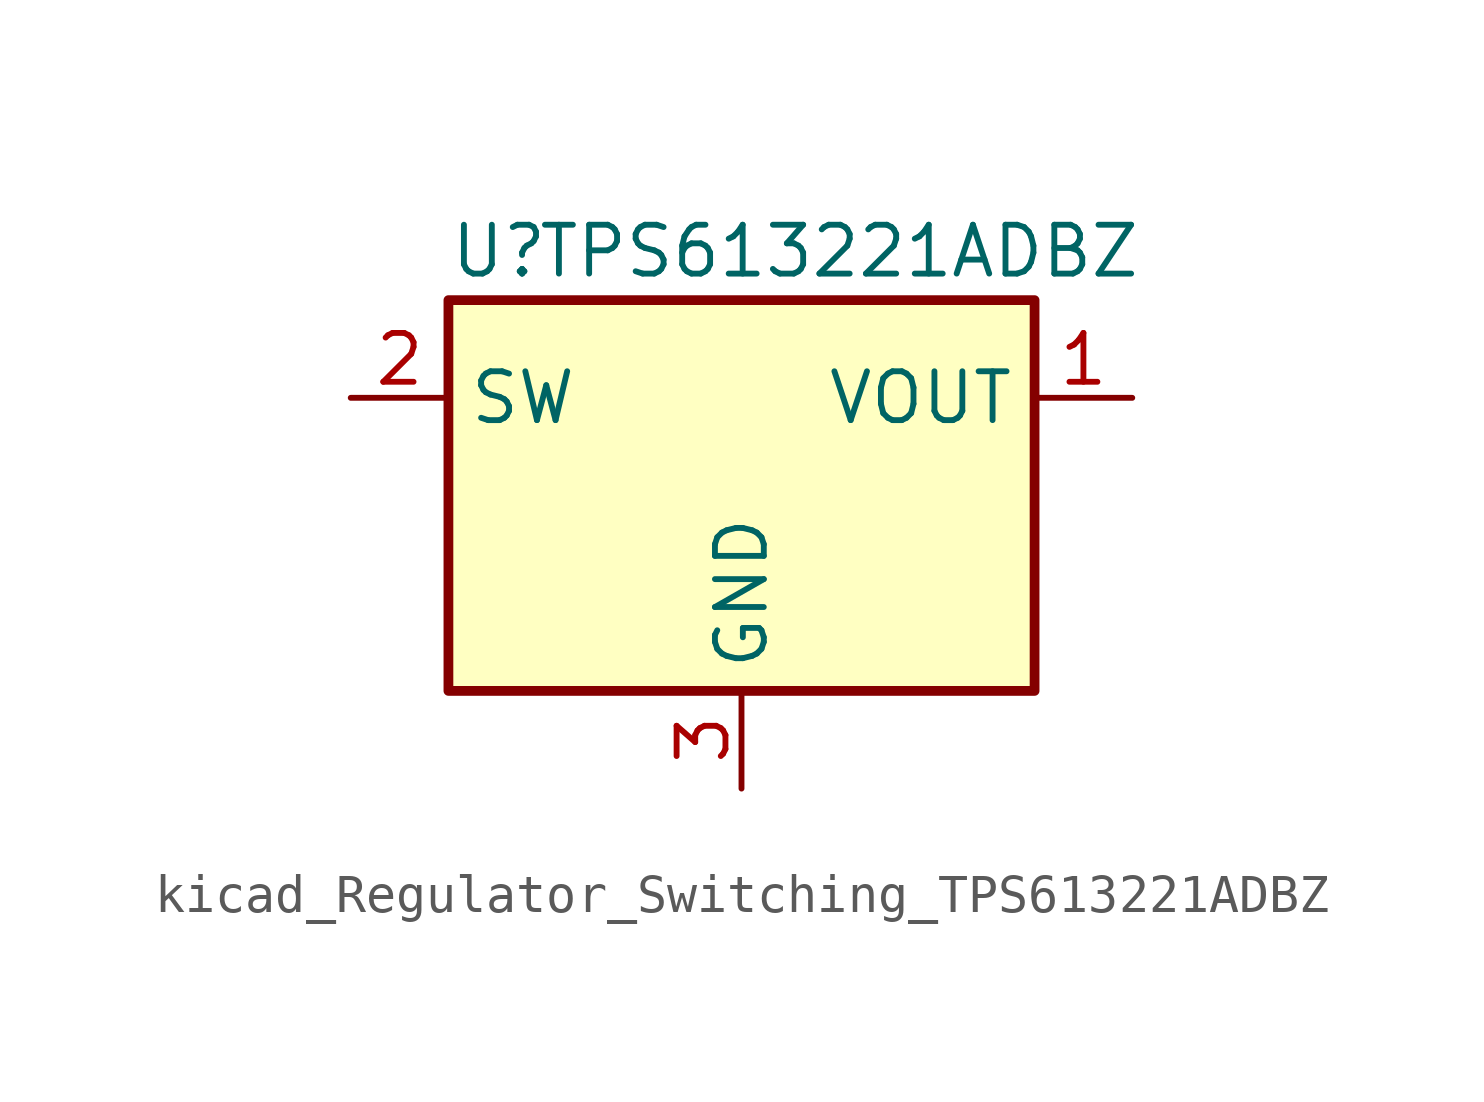
<source format=kicad_sym>
(kicad_symbol_lib
  (version 20220914)
  (generator kicad_symbol_editor)
  (symbol "kicad_Regulator_Switching_TPS613221ADBZ"
    (property "Reference" "U"
      (at -7.62 6.35 0)
      (effects (font (size 1.27 1.27)) (justify left)))
    (property "Value" "TPS613221ADBZ"
      (at 2.54 6.35 0)
      (effects (font (size 1.27 1.27))))
    (symbol "kicad_Regulator_Switching_TPS613221ADBZ_0_1"
      (rectangle (start -7.62 5.08) (end 7.62 -5.08) (stroke (width 0.254) (type default)) (fill (type background))))
    (symbol "kicad_Regulator_Switching_TPS613221ADBZ_1_1"
      (pin power_out line (at 10.16 2.54 180) (length 2.54) (name "VOUT" (effects (font (size 1.27 1.27)))) (number "1" (effects (font (size 1.27 1.27)))))
      (pin power_in line (at -10.16 2.54 0) (length 2.54) (name "SW" (effects (font (size 1.27 1.27)))) (number "2" (effects (font (size 1.27 1.27)))))
      (pin power_in line (at 0 -7.62 90) (length 2.54) (name "GND" (effects (font (size 1.27 1.27)))) (number "3" (effects (font (size 1.27 1.27))))))))
</source>
